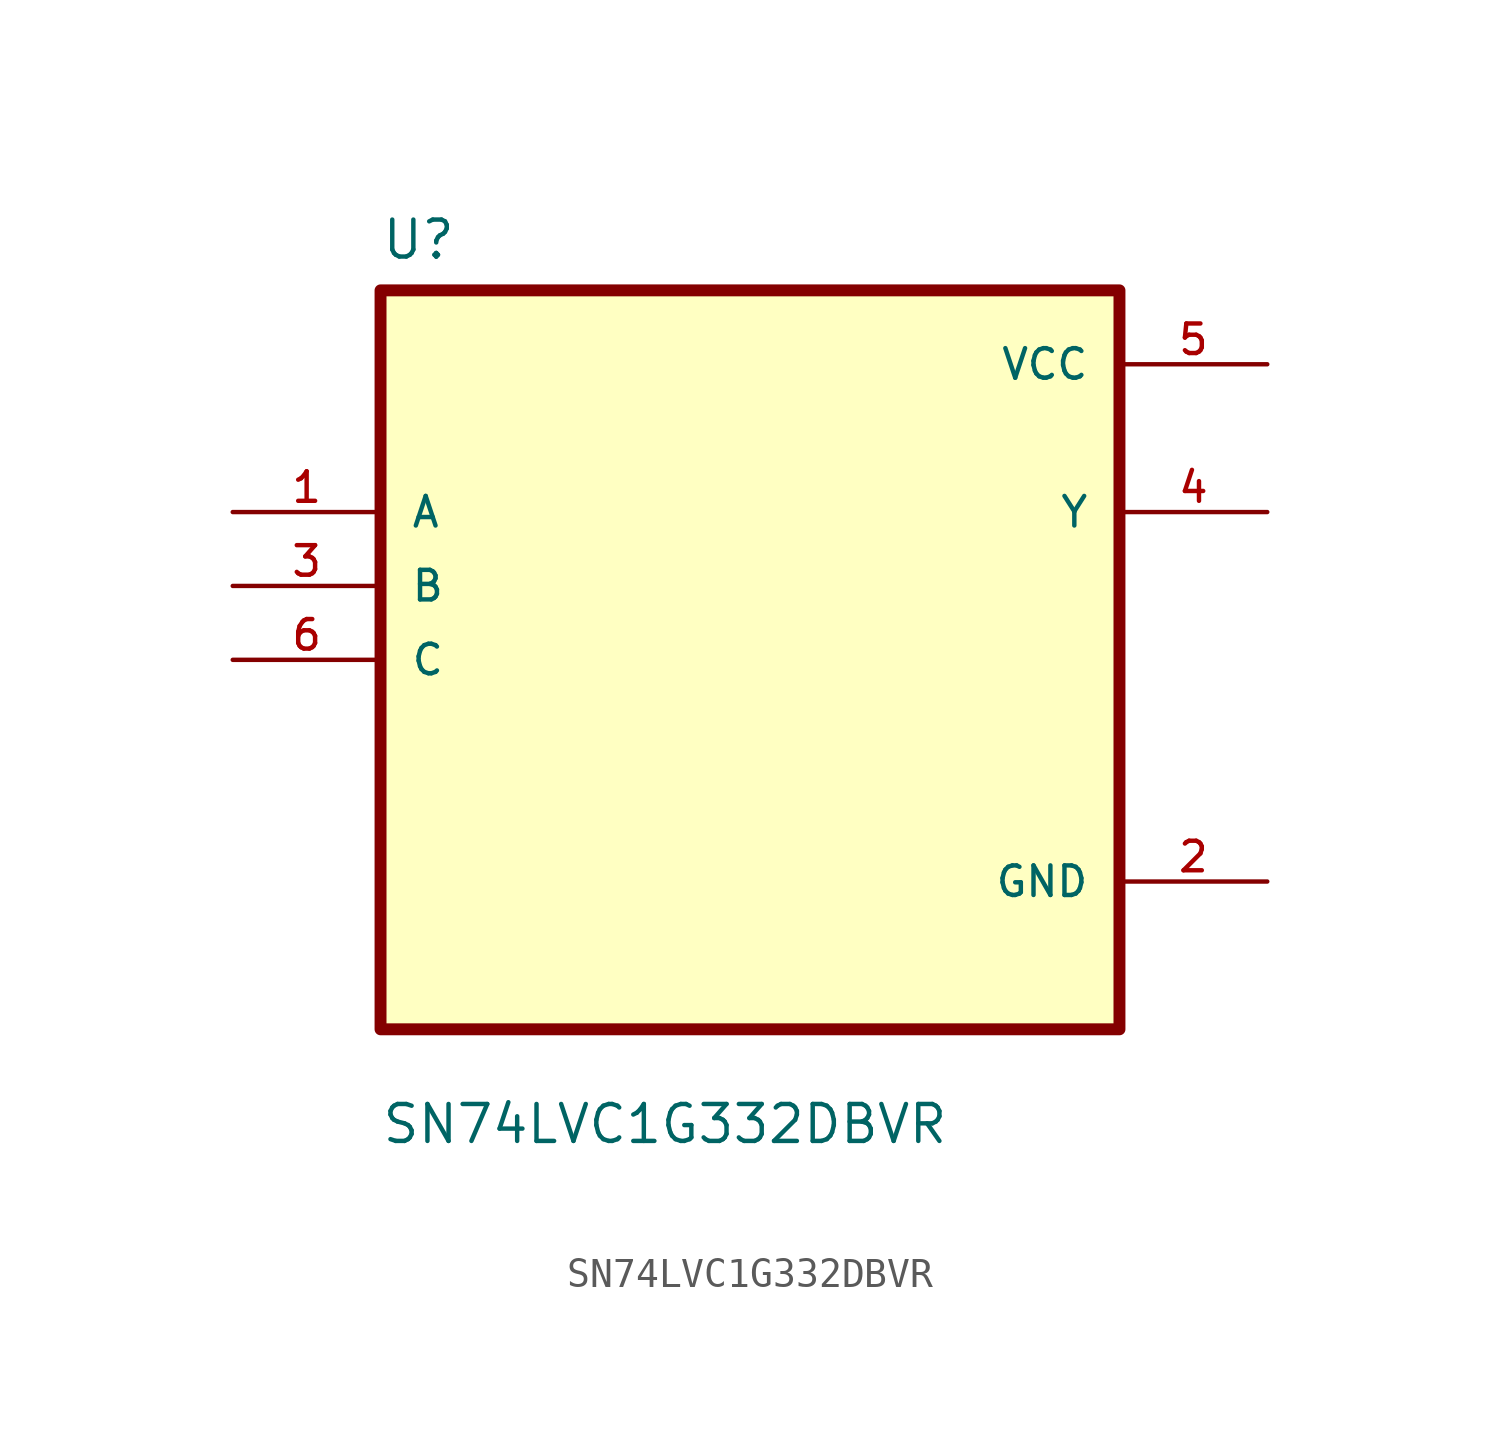
<source format=kicad_sym>
(kicad_symbol_lib
  (version 20211014)
  (generator kicad_symbol_editor)
  (symbol "SN74LVC1G332DBVR"
    (pin_names
      (offset 1.016))
    (property "Reference" "U"
      (at -12.7 13.7 0.0)
      (effects (font (size 1.27 1.27)) (justify bottom left)))
    (property "Value" "SN74LVC1G332DBVR"
      (at -12.7 -16.7 0.0)
      (effects (font (size 1.27 1.27)) (justify bottom left)))
    (symbol "SN74LVC1G332DBVR_0_0"
      (rectangle (start -12.7 -12.7) (end 12.7 12.7) (stroke (width 0.41)) (fill (type background)))
      (pin input line (at -17.78 5.08 0) (length 5.08) (name "A" (effects (font (size 1.016 1.016)))) (number "1" (effects (font (size 1.016 1.016)))))
      (pin input line (at -17.78 2.54 0) (length 5.08) (name "B" (effects (font (size 1.016 1.016)))) (number "3" (effects (font (size 1.016 1.016)))))
      (pin input line (at -17.78 -8.88178e-16 0) (length 5.08) (name "C" (effects (font (size 1.016 1.016)))) (number "6" (effects (font (size 1.016 1.016)))))
      (pin power_in line (at 17.78 10.16 180.0) (length 5.08) (name "VCC" (effects (font (size 1.016 1.016)))) (number "5" (effects (font (size 1.016 1.016)))))
      (pin output line (at 17.78 5.08 180.0) (length 5.08) (name "Y" (effects (font (size 1.016 1.016)))) (number "4" (effects (font (size 1.016 1.016)))))
      (pin power_in line (at 17.78 -7.62 180.0) (length 5.08) (name "GND" (effects (font (size 1.016 1.016)))) (number "2" (effects (font (size 1.016 1.016))))))))
</source>
